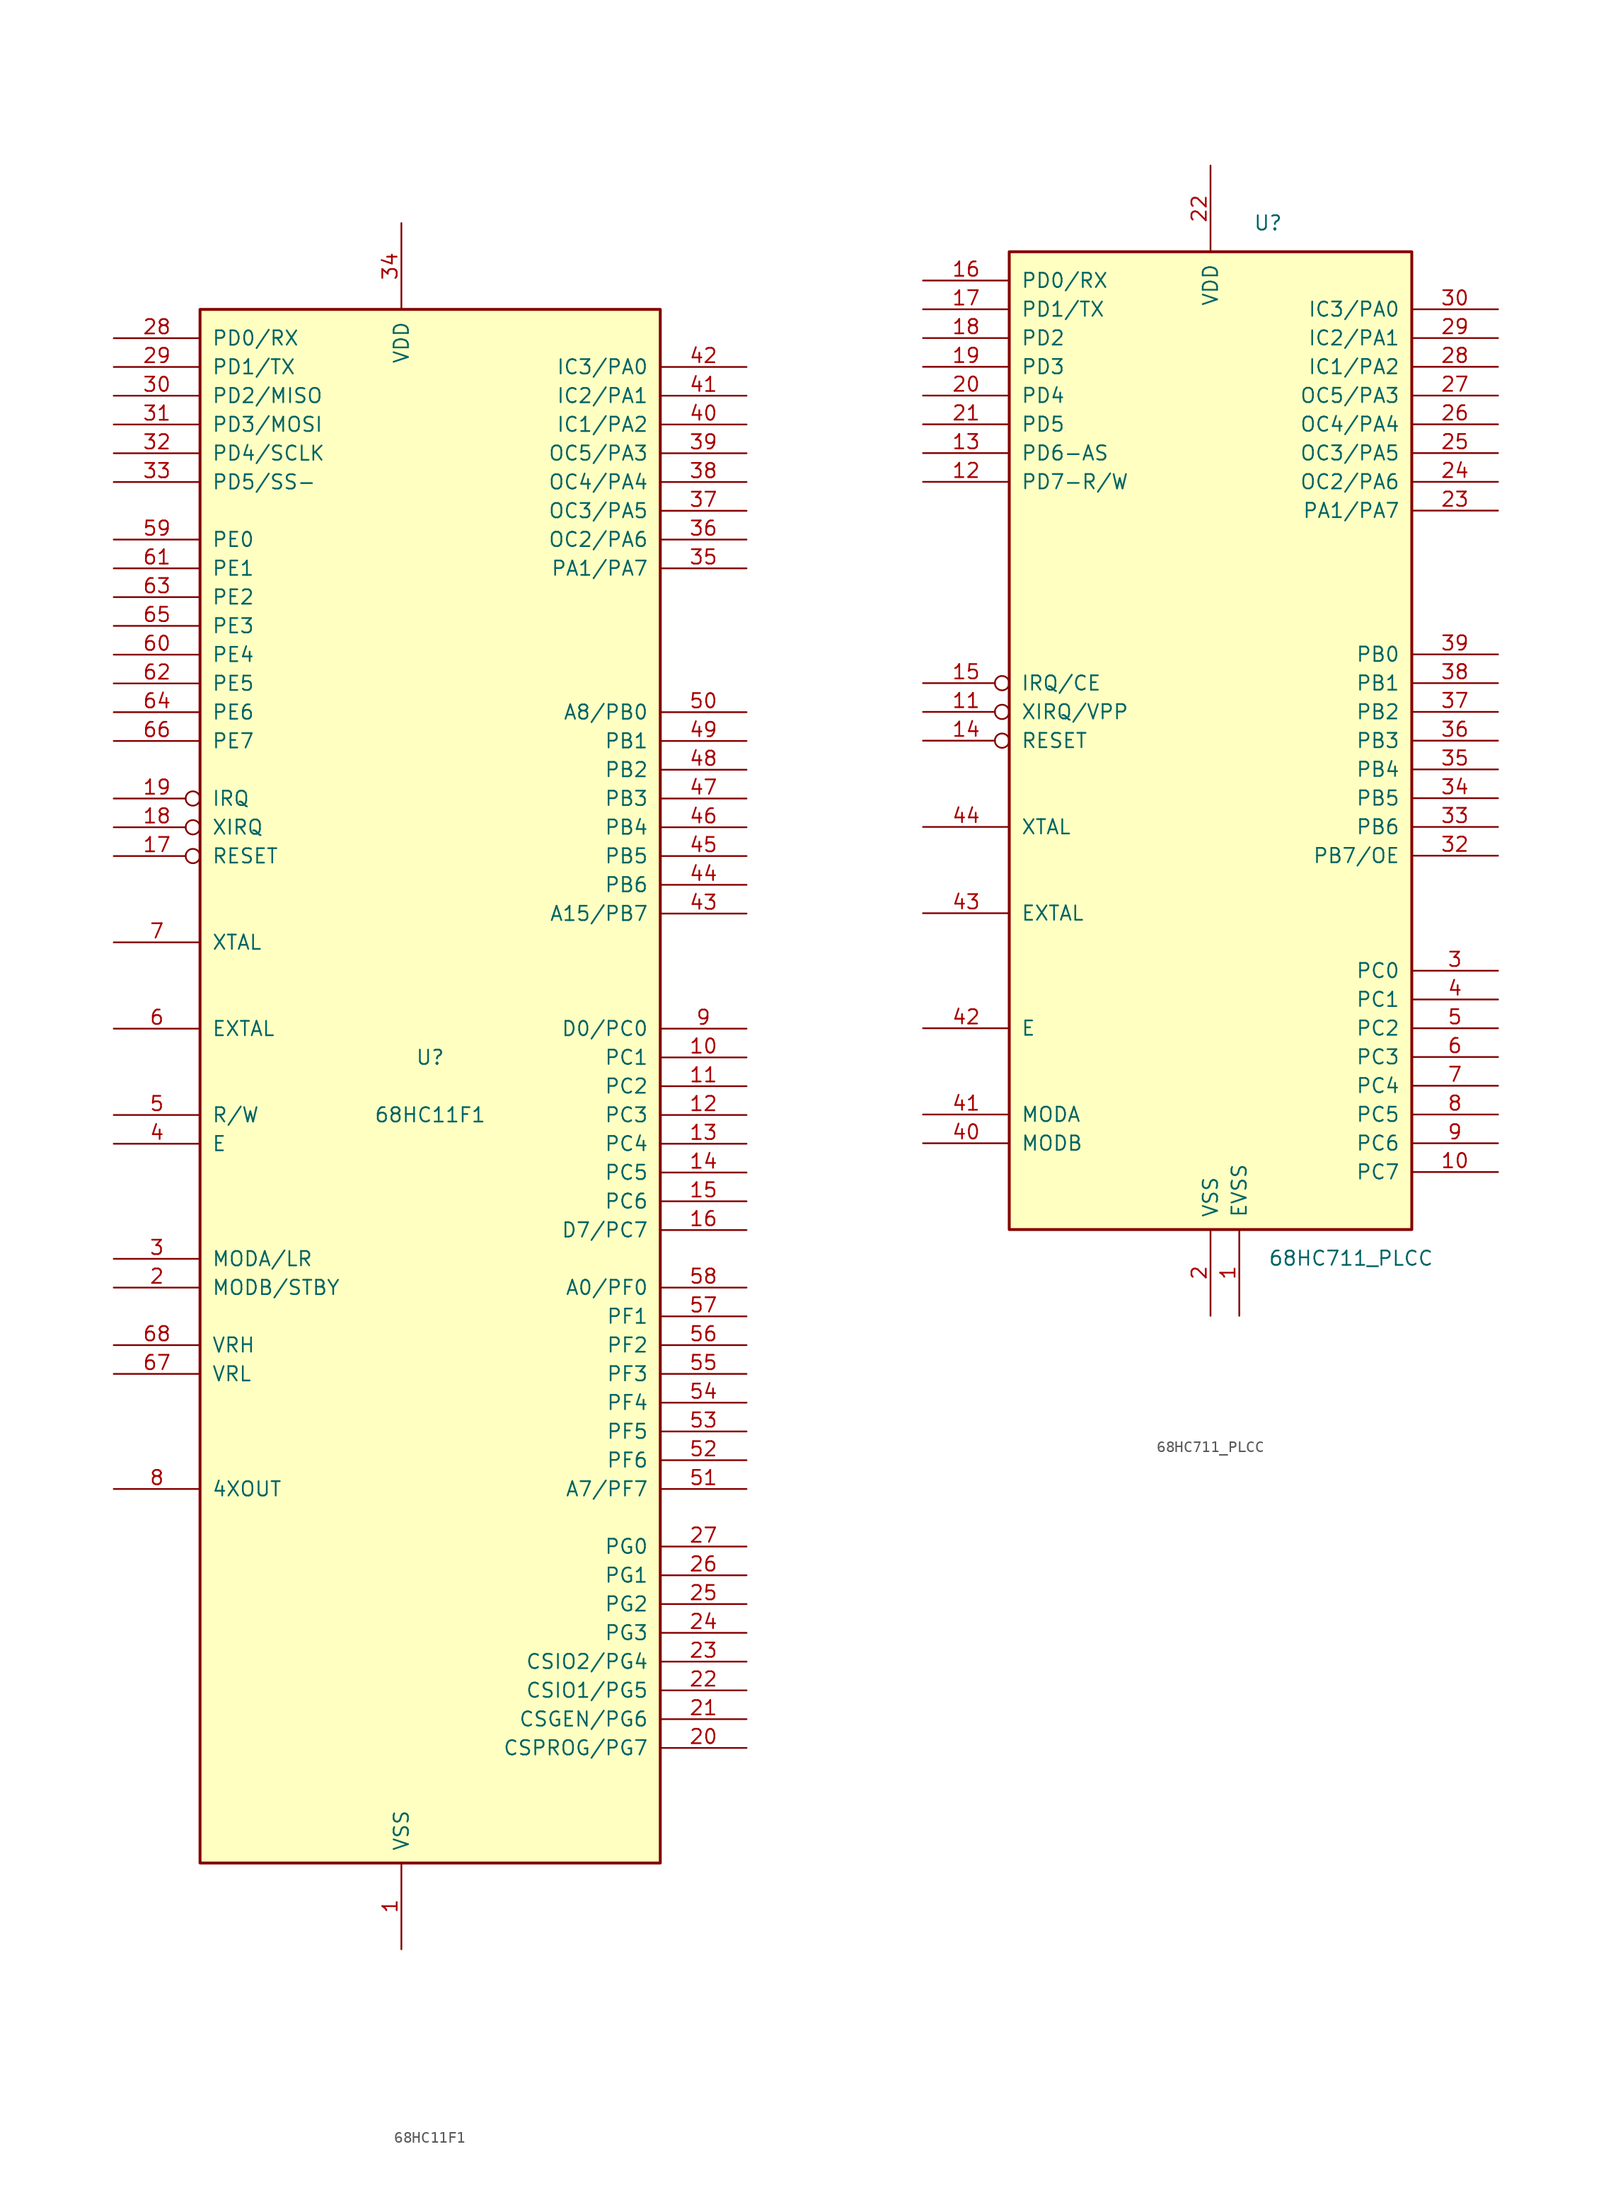
<source format=kicad_sym>
(kicad_symbol_lib
  (version 20211014)
  (generator kicad_symbol_editor)
  (symbol "68HC11F1"
    (pin_names
      (offset 1.016))
    (property "Reference" "U"
      (at 0 2.54 0)
      (effects (font (size 1.27 1.27))))
    (property "Value" "68HC11F1"
      (at 0 -2.54 0)
      (effects (font (size 1.27 1.27))))
    (symbol "68HC11F1_0_1"
      (rectangle (start -20.32 -68.58) (end 20.32 68.58) (stroke (width 0.254) (type default) (color 0 0 0 0)) (fill (type background))))
    (symbol "68HC11F1_1_1"
      (pin power_in line (at -2.54 -76.2 90) (length 7.62) (name "VSS" (effects (font (size 1.27 1.27)))) (number "1" (effects (font (size 1.27 1.27)))))
      (pin bidirectional line (at 27.94 2.54 180) (length 7.62) (name "PC1" (effects (font (size 1.27 1.27)))) (number "10" (effects (font (size 1.27 1.27)))))
      (pin bidirectional line (at 27.94 0 180) (length 7.62) (name "PC2" (effects (font (size 1.27 1.27)))) (number "11" (effects (font (size 1.27 1.27)))))
      (pin input line (at 27.94 -2.54 180) (length 7.62) (name "PC3" (effects (font (size 1.27 1.27)))) (number "12" (effects (font (size 1.27 1.27)))))
      (pin bidirectional line (at 27.94 -5.08 180) (length 7.62) (name "PC4" (effects (font (size 1.27 1.27)))) (number "13" (effects (font (size 1.27 1.27)))))
      (pin bidirectional line (at 27.94 -7.62 180) (length 7.62) (name "PC5" (effects (font (size 1.27 1.27)))) (number "14" (effects (font (size 1.27 1.27)))))
      (pin bidirectional line (at 27.94 -10.16 180) (length 7.62) (name "PC6" (effects (font (size 1.27 1.27)))) (number "15" (effects (font (size 1.27 1.27)))))
      (pin bidirectional line (at 27.94 -12.7 180) (length 7.62) (name "D7/PC7" (effects (font (size 1.27 1.27)))) (number "16" (effects (font (size 1.27 1.27)))))
      (pin input inverted (at -27.94 20.32 0) (length 7.62) (name "RESET" (effects (font (size 1.27 1.27)))) (number "17" (effects (font (size 1.27 1.27)))))
      (pin input inverted (at -27.94 22.86 0) (length 7.62) (name "XIRQ" (effects (font (size 1.27 1.27)))) (number "18" (effects (font (size 1.27 1.27)))))
      (pin input inverted (at -27.94 25.4 0) (length 7.62) (name "IRQ" (effects (font (size 1.27 1.27)))) (number "19" (effects (font (size 1.27 1.27)))))
      (pin input line (at -27.94 -17.78 0) (length 7.62) (name "MODB/STBY" (effects (font (size 1.27 1.27)))) (number "2" (effects (font (size 1.27 1.27)))))
      (pin bidirectional line (at 27.94 -58.42 180) (length 7.62) (name "CSPROG/PG7" (effects (font (size 1.27 1.27)))) (number "20" (effects (font (size 1.27 1.27)))))
      (pin bidirectional line (at 27.94 -55.88 180) (length 7.62) (name "CSGEN/PG6" (effects (font (size 1.27 1.27)))) (number "21" (effects (font (size 1.27 1.27)))))
      (pin bidirectional line (at 27.94 -53.34 180) (length 7.62) (name "CSIO1/PG5" (effects (font (size 1.27 1.27)))) (number "22" (effects (font (size 1.27 1.27)))))
      (pin bidirectional line (at 27.94 -50.8 180) (length 7.62) (name "CSIO2/PG4" (effects (font (size 1.27 1.27)))) (number "23" (effects (font (size 1.27 1.27)))))
      (pin input line (at 27.94 -48.26 180) (length 7.62) (name "PG3" (effects (font (size 1.27 1.27)))) (number "24" (effects (font (size 1.27 1.27)))))
      (pin bidirectional line (at 27.94 -45.72 180) (length 7.62) (name "PG2" (effects (font (size 1.27 1.27)))) (number "25" (effects (font (size 1.27 1.27)))))
      (pin bidirectional line (at 27.94 -43.18 180) (length 7.62) (name "PG1" (effects (font (size 1.27 1.27)))) (number "26" (effects (font (size 1.27 1.27)))))
      (pin bidirectional line (at 27.94 -40.64 180) (length 7.62) (name "PG0" (effects (font (size 1.27 1.27)))) (number "27" (effects (font (size 1.27 1.27)))))
      (pin bidirectional line (at -27.94 66.04 0) (length 7.62) (name "PD0/RX" (effects (font (size 1.27 1.27)))) (number "28" (effects (font (size 1.27 1.27)))))
      (pin bidirectional line (at -27.94 63.5 0) (length 7.62) (name "PD1/TX" (effects (font (size 1.27 1.27)))) (number "29" (effects (font (size 1.27 1.27)))))
      (pin input line (at -27.94 -15.24 0) (length 7.62) (name "MODA/LR" (effects (font (size 1.27 1.27)))) (number "3" (effects (font (size 1.27 1.27)))))
      (pin bidirectional line (at -27.94 60.96 0) (length 7.62) (name "PD2/MISO" (effects (font (size 1.27 1.27)))) (number "30" (effects (font (size 1.27 1.27)))))
      (pin bidirectional line (at -27.94 58.42 0) (length 7.62) (name "PD3/MOSI" (effects (font (size 1.27 1.27)))) (number "31" (effects (font (size 1.27 1.27)))))
      (pin bidirectional line (at -27.94 55.88 0) (length 7.62) (name "PD4/SCLK" (effects (font (size 1.27 1.27)))) (number "32" (effects (font (size 1.27 1.27)))))
      (pin bidirectional line (at -27.94 53.34 0) (length 7.62) (name "PD5/SS-" (effects (font (size 1.27 1.27)))) (number "33" (effects (font (size 1.27 1.27)))))
      (pin power_in line (at -2.54 76.2 270) (length 7.62) (name "VDD" (effects (font (size 1.27 1.27)))) (number "34" (effects (font (size 1.27 1.27)))))
      (pin bidirectional line (at 27.94 45.72 180) (length 7.62) (name "PA1/PA7" (effects (font (size 1.27 1.27)))) (number "35" (effects (font (size 1.27 1.27)))))
      (pin bidirectional line (at 27.94 48.26 180) (length 7.62) (name "OC2/PA6" (effects (font (size 1.27 1.27)))) (number "36" (effects (font (size 1.27 1.27)))))
      (pin bidirectional line (at 27.94 50.8 180) (length 7.62) (name "OC3/PA5" (effects (font (size 1.27 1.27)))) (number "37" (effects (font (size 1.27 1.27)))))
      (pin output line (at 27.94 53.34 180) (length 7.62) (name "OC4/PA4" (effects (font (size 1.27 1.27)))) (number "38" (effects (font (size 1.27 1.27)))))
      (pin bidirectional line (at 27.94 55.88 180) (length 7.62) (name "OC5/PA3" (effects (font (size 1.27 1.27)))) (number "39" (effects (font (size 1.27 1.27)))))
      (pin output line (at -27.94 -5.08 0) (length 7.62) (name "E" (effects (font (size 1.27 1.27)))) (number "4" (effects (font (size 1.27 1.27)))))
      (pin bidirectional line (at 27.94 58.42 180) (length 7.62) (name "IC1/PA2" (effects (font (size 1.27 1.27)))) (number "40" (effects (font (size 1.27 1.27)))))
      (pin bidirectional line (at 27.94 60.96 180) (length 7.62) (name "IC2/PA1" (effects (font (size 1.27 1.27)))) (number "41" (effects (font (size 1.27 1.27)))))
      (pin bidirectional line (at 27.94 63.5 180) (length 7.62) (name "IC3/PA0" (effects (font (size 1.27 1.27)))) (number "42" (effects (font (size 1.27 1.27)))))
      (pin output line (at 27.94 15.24 180) (length 7.62) (name "A15/PB7" (effects (font (size 1.27 1.27)))) (number "43" (effects (font (size 1.27 1.27)))))
      (pin output line (at 27.94 17.78 180) (length 7.62) (name "PB6" (effects (font (size 1.27 1.27)))) (number "44" (effects (font (size 1.27 1.27)))))
      (pin output line (at 27.94 20.32 180) (length 7.62) (name "PB5" (effects (font (size 1.27 1.27)))) (number "45" (effects (font (size 1.27 1.27)))))
      (pin output line (at 27.94 22.86 180) (length 7.62) (name "PB4" (effects (font (size 1.27 1.27)))) (number "46" (effects (font (size 1.27 1.27)))))
      (pin output line (at 27.94 25.4 180) (length 7.62) (name "PB3" (effects (font (size 1.27 1.27)))) (number "47" (effects (font (size 1.27 1.27)))))
      (pin output line (at 27.94 27.94 180) (length 7.62) (name "PB2" (effects (font (size 1.27 1.27)))) (number "48" (effects (font (size 1.27 1.27)))))
      (pin tri_state line (at 27.94 30.48 180) (length 7.62) (name "PB1" (effects (font (size 1.27 1.27)))) (number "49" (effects (font (size 1.27 1.27)))))
      (pin output line (at -27.94 -2.54 0) (length 7.62) (name "R/W" (effects (font (size 1.27 1.27)))) (number "5" (effects (font (size 1.27 1.27)))))
      (pin tri_state line (at 27.94 33.02 180) (length 7.62) (name "A8/PB0" (effects (font (size 1.27 1.27)))) (number "50" (effects (font (size 1.27 1.27)))))
      (pin bidirectional line (at 27.94 -35.56 180) (length 7.62) (name "A7/PF7" (effects (font (size 1.27 1.27)))) (number "51" (effects (font (size 1.27 1.27)))))
      (pin bidirectional line (at 27.94 -33.02 180) (length 7.62) (name "PF6" (effects (font (size 1.27 1.27)))) (number "52" (effects (font (size 1.27 1.27)))))
      (pin bidirectional line (at 27.94 -30.48 180) (length 7.62) (name "PF5" (effects (font (size 1.27 1.27)))) (number "53" (effects (font (size 1.27 1.27)))))
      (pin bidirectional line (at 27.94 -27.94 180) (length 7.62) (name "PF4" (effects (font (size 1.27 1.27)))) (number "54" (effects (font (size 1.27 1.27)))))
      (pin bidirectional line (at 27.94 -25.4 180) (length 7.62) (name "PF3" (effects (font (size 1.27 1.27)))) (number "55" (effects (font (size 1.27 1.27)))))
      (pin bidirectional line (at 27.94 -22.86 180) (length 7.62) (name "PF2" (effects (font (size 1.27 1.27)))) (number "56" (effects (font (size 1.27 1.27)))))
      (pin bidirectional line (at 27.94 -20.32 180) (length 7.62) (name "PF1" (effects (font (size 1.27 1.27)))) (number "57" (effects (font (size 1.27 1.27)))))
      (pin bidirectional line (at 27.94 -17.78 180) (length 7.62) (name "A0/PF0" (effects (font (size 1.27 1.27)))) (number "58" (effects (font (size 1.27 1.27)))))
      (pin input line (at -27.94 48.26 0) (length 7.62) (name "PE0" (effects (font (size 1.27 1.27)))) (number "59" (effects (font (size 1.27 1.27)))))
      (pin input line (at -27.94 5.08 0) (length 7.62) (name "EXTAL" (effects (font (size 1.27 1.27)))) (number "6" (effects (font (size 1.27 1.27)))))
      (pin input line (at -27.94 38.1 0) (length 7.62) (name "PE4" (effects (font (size 1.27 1.27)))) (number "60" (effects (font (size 1.27 1.27)))))
      (pin input line (at -27.94 45.72 0) (length 7.62) (name "PE1" (effects (font (size 1.27 1.27)))) (number "61" (effects (font (size 1.27 1.27)))))
      (pin input line (at -27.94 35.56 0) (length 7.62) (name "PE5" (effects (font (size 1.27 1.27)))) (number "62" (effects (font (size 1.27 1.27)))))
      (pin input line (at -27.94 43.18 0) (length 7.62) (name "PE2" (effects (font (size 1.27 1.27)))) (number "63" (effects (font (size 1.27 1.27)))))
      (pin input line (at -27.94 33.02 0) (length 7.62) (name "PE6" (effects (font (size 1.27 1.27)))) (number "64" (effects (font (size 1.27 1.27)))))
      (pin input line (at -27.94 40.64 0) (length 7.62) (name "PE3" (effects (font (size 1.27 1.27)))) (number "65" (effects (font (size 1.27 1.27)))))
      (pin input line (at -27.94 30.48 0) (length 7.62) (name "PE7" (effects (font (size 1.27 1.27)))) (number "66" (effects (font (size 1.27 1.27)))))
      (pin passive line (at -27.94 -25.4 0) (length 7.62) (name "VRL" (effects (font (size 1.27 1.27)))) (number "67" (effects (font (size 1.27 1.27)))))
      (pin passive line (at -27.94 -22.86 0) (length 7.62) (name "VRH" (effects (font (size 1.27 1.27)))) (number "68" (effects (font (size 1.27 1.27)))))
      (pin output line (at -27.94 12.7 0) (length 7.62) (name "XTAL" (effects (font (size 1.27 1.27)))) (number "7" (effects (font (size 1.27 1.27)))))
      (pin output line (at -27.94 -35.56 0) (length 7.62) (name "4XOUT" (effects (font (size 1.27 1.27)))) (number "8" (effects (font (size 1.27 1.27)))))
      (pin bidirectional line (at 27.94 5.08 180) (length 7.62) (name "D0/PC0" (effects (font (size 1.27 1.27)))) (number "9" (effects (font (size 1.27 1.27)))))))
  (symbol "68HC711_PLCC"
    (pin_names
      (offset 1.016))
    (property "Reference" "U"
      (at 5.08 45.72 0)
      (effects (font (size 1.27 1.27))))
    (property "Value" "68HC711_PLCC"
      (at 5.08 -45.72 0)
      (effects (font (size 1.27 1.27)) (justify left)))
    (symbol "68HC711_PLCC_0_1"
      (rectangle (start -17.78 -43.18) (end 17.78 43.18) (stroke (width 0.254) (type default) (color 0 0 0 0)) (fill (type background))))
    (symbol "68HC711_PLCC_1_1"
      (pin power_in line (at 2.54 -50.8 90) (length 7.62) (name "EVSS" (effects (font (size 1.27 1.27)))) (number "1" (effects (font (size 1.27 1.27)))))
      (pin input line (at 25.4 -38.1 180) (length 7.62) (name "PC7" (effects (font (size 1.27 1.27)))) (number "10" (effects (font (size 1.27 1.27)))))
      (pin input inverted (at -25.4 2.54 0) (length 7.62) (name "XIRQ/VPP" (effects (font (size 1.27 1.27)))) (number "11" (effects (font (size 1.27 1.27)))))
      (pin output line (at -25.4 22.86 0) (length 7.62) (name "PD7-R/W" (effects (font (size 1.27 1.27)))) (number "12" (effects (font (size 1.27 1.27)))))
      (pin input line (at -25.4 25.4 0) (length 7.62) (name "PD6-AS" (effects (font (size 1.27 1.27)))) (number "13" (effects (font (size 1.27 1.27)))))
      (pin input inverted (at -25.4 0 0) (length 7.62) (name "RESET" (effects (font (size 1.27 1.27)))) (number "14" (effects (font (size 1.27 1.27)))))
      (pin input inverted (at -25.4 5.08 0) (length 7.62) (name "IRQ/CE" (effects (font (size 1.27 1.27)))) (number "15" (effects (font (size 1.27 1.27)))))
      (pin input line (at -25.4 40.64 0) (length 7.62) (name "PD0/RX" (effects (font (size 1.27 1.27)))) (number "16" (effects (font (size 1.27 1.27)))))
      (pin input line (at -25.4 38.1 0) (length 7.62) (name "PD1/TX" (effects (font (size 1.27 1.27)))) (number "17" (effects (font (size 1.27 1.27)))))
      (pin input line (at -25.4 35.56 0) (length 7.62) (name "PD2" (effects (font (size 1.27 1.27)))) (number "18" (effects (font (size 1.27 1.27)))))
      (pin input line (at -25.4 33.02 0) (length 7.62) (name "PD3" (effects (font (size 1.27 1.27)))) (number "19" (effects (font (size 1.27 1.27)))))
      (pin power_in line (at 0 -50.8 90) (length 7.62) (name "VSS" (effects (font (size 1.27 1.27)))) (number "2" (effects (font (size 1.27 1.27)))))
      (pin input line (at -25.4 30.48 0) (length 7.62) (name "PD4" (effects (font (size 1.27 1.27)))) (number "20" (effects (font (size 1.27 1.27)))))
      (pin input line (at -25.4 27.94 0) (length 7.62) (name "PD5" (effects (font (size 1.27 1.27)))) (number "21" (effects (font (size 1.27 1.27)))))
      (pin power_in line (at 0 50.8 270) (length 7.62) (name "VDD" (effects (font (size 1.27 1.27)))) (number "22" (effects (font (size 1.27 1.27)))))
      (pin input line (at 25.4 20.32 180) (length 7.62) (name "PA1/PA7" (effects (font (size 1.27 1.27)))) (number "23" (effects (font (size 1.27 1.27)))))
      (pin output line (at 25.4 22.86 180) (length 7.62) (name "OC2/PA6" (effects (font (size 1.27 1.27)))) (number "24" (effects (font (size 1.27 1.27)))))
      (pin output line (at 25.4 25.4 180) (length 7.62) (name "OC3/PA5" (effects (font (size 1.27 1.27)))) (number "25" (effects (font (size 1.27 1.27)))))
      (pin output line (at 25.4 27.94 180) (length 7.62) (name "OC4/PA4" (effects (font (size 1.27 1.27)))) (number "26" (effects (font (size 1.27 1.27)))))
      (pin output line (at 25.4 30.48 180) (length 7.62) (name "OC5/PA3" (effects (font (size 1.27 1.27)))) (number "27" (effects (font (size 1.27 1.27)))))
      (pin input line (at 25.4 33.02 180) (length 7.62) (name "IC1/PA2" (effects (font (size 1.27 1.27)))) (number "28" (effects (font (size 1.27 1.27)))))
      (pin input line (at 25.4 35.56 180) (length 7.62) (name "IC2/PA1" (effects (font (size 1.27 1.27)))) (number "29" (effects (font (size 1.27 1.27)))))
      (pin input line (at 25.4 -20.32 180) (length 7.62) (name "PC0" (effects (font (size 1.27 1.27)))) (number "3" (effects (font (size 1.27 1.27)))))
      (pin input line (at 25.4 38.1 180) (length 7.62) (name "IC3/PA0" (effects (font (size 1.27 1.27)))) (number "30" (effects (font (size 1.27 1.27)))))
      (pin output line (at 25.4 -10.16 180) (length 7.62) (name "PB7/OE" (effects (font (size 1.27 1.27)))) (number "32" (effects (font (size 1.27 1.27)))))
      (pin output line (at 25.4 -7.62 180) (length 7.62) (name "PB6" (effects (font (size 1.27 1.27)))) (number "33" (effects (font (size 1.27 1.27)))))
      (pin output line (at 25.4 -5.08 180) (length 7.62) (name "PB5" (effects (font (size 1.27 1.27)))) (number "34" (effects (font (size 1.27 1.27)))))
      (pin output line (at 25.4 -2.54 180) (length 7.62) (name "PB4" (effects (font (size 1.27 1.27)))) (number "35" (effects (font (size 1.27 1.27)))))
      (pin output line (at 25.4 0 180) (length 7.62) (name "PB3" (effects (font (size 1.27 1.27)))) (number "36" (effects (font (size 1.27 1.27)))))
      (pin output line (at 25.4 2.54 180) (length 7.62) (name "PB2" (effects (font (size 1.27 1.27)))) (number "37" (effects (font (size 1.27 1.27)))))
      (pin output line (at 25.4 5.08 180) (length 7.62) (name "PB1" (effects (font (size 1.27 1.27)))) (number "38" (effects (font (size 1.27 1.27)))))
      (pin output line (at 25.4 7.62 180) (length 7.62) (name "PB0" (effects (font (size 1.27 1.27)))) (number "39" (effects (font (size 1.27 1.27)))))
      (pin input line (at 25.4 -22.86 180) (length 7.62) (name "PC1" (effects (font (size 1.27 1.27)))) (number "4" (effects (font (size 1.27 1.27)))))
      (pin input line (at -25.4 -35.56 0) (length 7.62) (name "MODB" (effects (font (size 1.27 1.27)))) (number "40" (effects (font (size 1.27 1.27)))))
      (pin input line (at -25.4 -33.02 0) (length 7.62) (name "MODA" (effects (font (size 1.27 1.27)))) (number "41" (effects (font (size 1.27 1.27)))))
      (pin output line (at -25.4 -25.4 0) (length 7.62) (name "E" (effects (font (size 1.27 1.27)))) (number "42" (effects (font (size 1.27 1.27)))))
      (pin input line (at -25.4 -15.24 0) (length 7.62) (name "EXTAL" (effects (font (size 1.27 1.27)))) (number "43" (effects (font (size 1.27 1.27)))))
      (pin output line (at -25.4 -7.62 0) (length 7.62) (name "XTAL" (effects (font (size 1.27 1.27)))) (number "44" (effects (font (size 1.27 1.27)))))
      (pin input line (at 25.4 -25.4 180) (length 7.62) (name "PC2" (effects (font (size 1.27 1.27)))) (number "5" (effects (font (size 1.27 1.27)))))
      (pin input line (at 25.4 -27.94 180) (length 7.62) (name "PC3" (effects (font (size 1.27 1.27)))) (number "6" (effects (font (size 1.27 1.27)))))
      (pin input line (at 25.4 -30.48 180) (length 7.62) (name "PC4" (effects (font (size 1.27 1.27)))) (number "7" (effects (font (size 1.27 1.27)))))
      (pin input line (at 25.4 -33.02 180) (length 7.62) (name "PC5" (effects (font (size 1.27 1.27)))) (number "8" (effects (font (size 1.27 1.27)))))
      (pin input line (at 25.4 -35.56 180) (length 7.62) (name "PC6" (effects (font (size 1.27 1.27)))) (number "9" (effects (font (size 1.27 1.27))))))))
</source>
